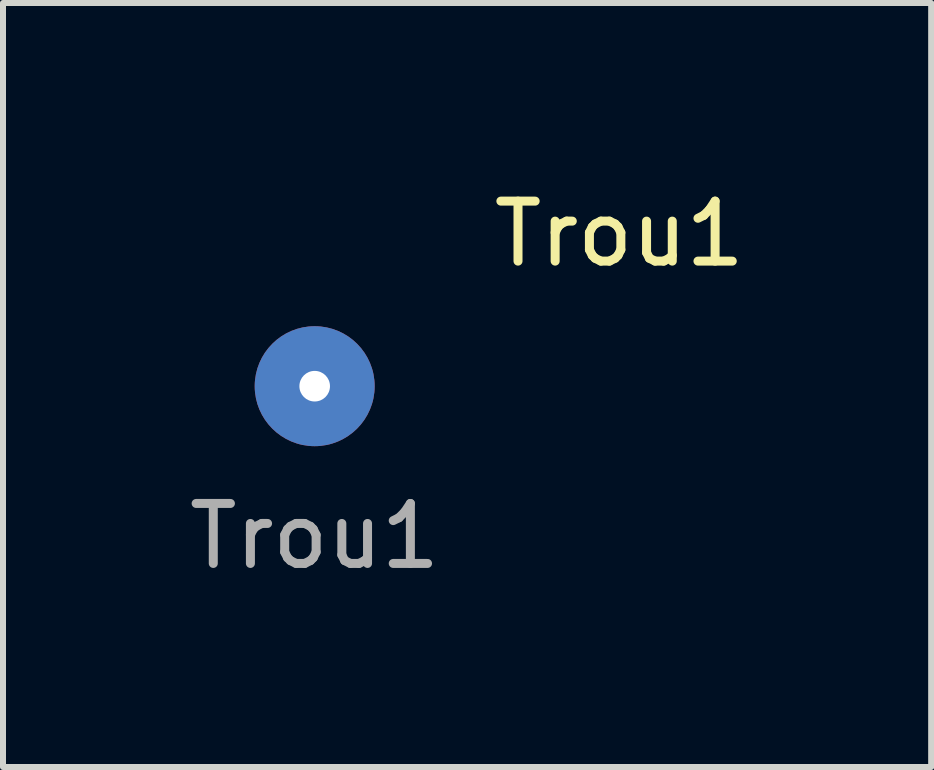
<source format=kicad_pcb>
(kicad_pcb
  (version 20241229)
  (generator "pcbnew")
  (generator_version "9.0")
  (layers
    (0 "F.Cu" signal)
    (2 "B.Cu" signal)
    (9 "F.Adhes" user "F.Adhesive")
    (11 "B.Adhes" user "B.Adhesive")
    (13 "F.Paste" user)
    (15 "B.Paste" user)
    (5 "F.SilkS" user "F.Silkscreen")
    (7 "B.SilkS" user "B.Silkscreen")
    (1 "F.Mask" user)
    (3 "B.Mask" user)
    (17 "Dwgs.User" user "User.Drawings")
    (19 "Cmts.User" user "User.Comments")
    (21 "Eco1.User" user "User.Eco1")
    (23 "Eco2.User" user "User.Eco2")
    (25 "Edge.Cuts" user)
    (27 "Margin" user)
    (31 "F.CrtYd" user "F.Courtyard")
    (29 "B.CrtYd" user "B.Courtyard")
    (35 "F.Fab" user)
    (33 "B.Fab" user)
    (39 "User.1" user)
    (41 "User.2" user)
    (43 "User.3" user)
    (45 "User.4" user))
  (footprint "Trou1"
    (layer "F.Cu")
    (at 2.196 3.388)
    (property "Reference" "Trou1" (at 5.08 -2.54 0) (unlocked yes) (layer "F.SilkS") (effects (font (size 1 1) (thickness 0.15))))
    (attr through_hole)
    (fp_text user "${REFERENCE}" (at 0 2.5 0) (unlocked yes) (layer "F.Fab") (effects (font (size 1 1) (thickness 0.15))))
    (pad "1" thru_hole circle (at 0 0) (size 2 2) (drill 0.51) (layers "*.Cu" "*.Mask")))
  (gr_rect
    (start -3 -3)
    (end 12.473 9.736)
    (stroke (width 0.1) (type default))
    (fill no)
    (layer "Edge.Cuts")))
</source>
